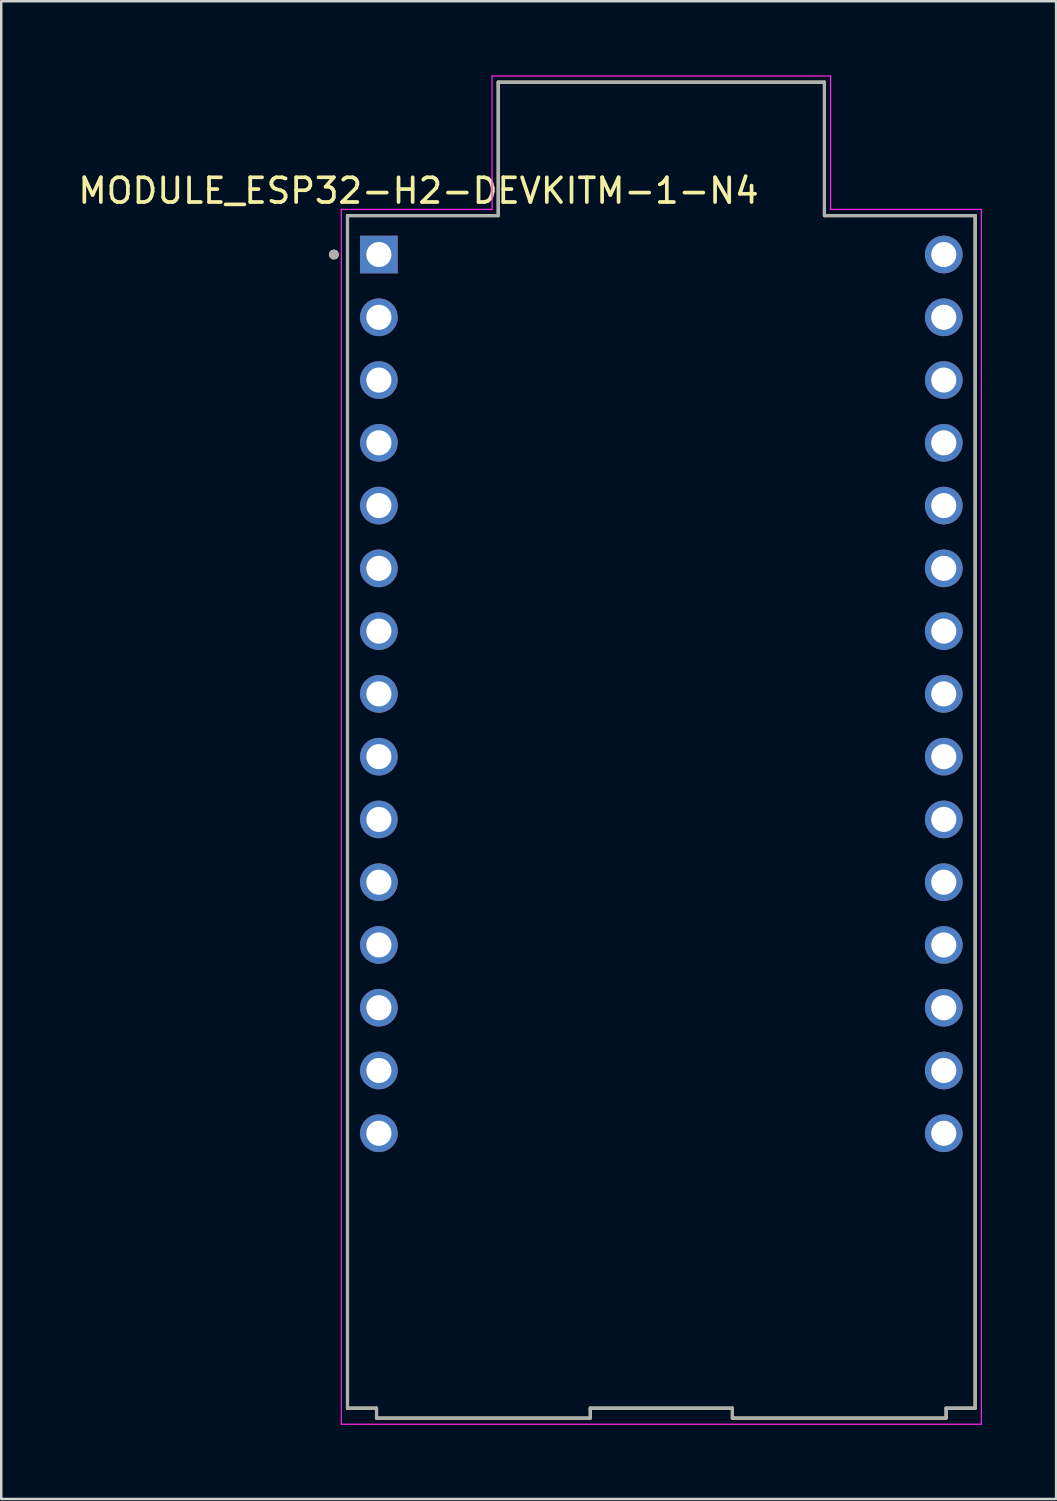
<source format=kicad_pcb>
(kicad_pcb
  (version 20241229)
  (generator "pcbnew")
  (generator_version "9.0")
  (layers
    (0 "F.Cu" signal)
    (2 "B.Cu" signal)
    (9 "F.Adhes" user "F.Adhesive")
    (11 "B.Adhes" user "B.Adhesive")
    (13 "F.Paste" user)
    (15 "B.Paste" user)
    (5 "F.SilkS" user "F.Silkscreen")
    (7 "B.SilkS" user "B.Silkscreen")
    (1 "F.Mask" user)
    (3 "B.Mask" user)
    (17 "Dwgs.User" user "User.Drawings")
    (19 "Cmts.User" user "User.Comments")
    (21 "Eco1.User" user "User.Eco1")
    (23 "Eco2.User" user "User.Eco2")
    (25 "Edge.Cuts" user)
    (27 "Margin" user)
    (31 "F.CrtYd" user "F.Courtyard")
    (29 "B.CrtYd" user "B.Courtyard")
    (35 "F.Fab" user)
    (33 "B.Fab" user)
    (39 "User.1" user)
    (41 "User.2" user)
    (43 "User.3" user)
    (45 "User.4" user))
  (footprint "MODULE_ESP32-H2-DEVKITM-1-N4"
    (layer "F.Cu")
    (at 23.712 29.805)
    (property "Reference" "MODULE_ESP32-H2-DEVKITM-1-N4" (at -9.825 -25.135 0) (layer "F.SilkS") (effects (font (size 1 1) (thickness 0.15))))
    (attr through_hole)
    (fp_line (start -12.7 -24.13) (end -6.6 -24.13) (stroke (width 0.127) (type solid)) (layer "F.SilkS"))
    (fp_line (start -12.7 24.13) (end -12.7 -24.13) (stroke (width 0.127) (type solid)) (layer "F.SilkS"))
    (fp_line (start -11.525 24.13) (end -12.7 24.13) (stroke (width 0.127) (type solid)) (layer "F.SilkS"))
    (fp_line (start -11.525 24.13) (end -11.525 24.53) (stroke (width 0.127) (type solid)) (layer "F.SilkS"))
    (fp_line (start -11.525 24.53) (end -2.875 24.53) (stroke (width 0.127) (type solid)) (layer "F.SilkS"))
    (fp_line (start -6.6 -29.53) (end 6.6 -29.53) (stroke (width 0.127) (type solid)) (layer "F.SilkS"))
    (fp_line (start -6.6 -24.13) (end -6.6 -29.53) (stroke (width 0.127) (type solid)) (layer "F.SilkS"))
    (fp_line (start -2.875 24.53) (end -2.875 24.13) (stroke (width 0.127) (type solid)) (layer "F.SilkS"))
    (fp_line (start 2.875 24.13) (end -2.875 24.13) (stroke (width 0.127) (type solid)) (layer "F.SilkS"))
    (fp_line (start 2.875 24.13) (end 2.875 24.53) (stroke (width 0.127) (type solid)) (layer "F.SilkS"))
    (fp_line (start 2.875 24.53) (end 11.525 24.53) (stroke (width 0.127) (type solid)) (layer "F.SilkS"))
    (fp_line (start 6.6 -29.53) (end 6.6 -24.13) (stroke (width 0.127) (type solid)) (layer "F.SilkS"))
    (fp_line (start 6.6 -24.13) (end 12.7 -24.13) (stroke (width 0.127) (type solid)) (layer "F.SilkS"))
    (fp_line (start 11.525 24.53) (end 11.525 24.13) (stroke (width 0.127) (type solid)) (layer "F.SilkS"))
    (fp_line (start 12.7 -24.13) (end 12.7 24.13) (stroke (width 0.127) (type solid)) (layer "F.SilkS"))
    (fp_line (start 12.7 24.13) (end 11.525 24.13) (stroke (width 0.127) (type solid)) (layer "F.SilkS"))
    (fp_circle (center -13.25 -22.555) (end -13.15 -22.555) (stroke (width 0.2) (type solid)) (fill no) (layer "F.SilkS"))
    (fp_line (start -12.95 -24.38) (end -6.85 -24.38) (stroke (width 0.05) (type solid)) (layer "F.CrtYd"))
    (fp_line (start -12.95 24.78) (end -12.95 -24.38) (stroke (width 0.05) (type solid)) (layer "F.CrtYd"))
    (fp_line (start -6.85 -29.78) (end 6.85 -29.78) (stroke (width 0.05) (type solid)) (layer "F.CrtYd"))
    (fp_line (start -6.85 -24.38) (end -6.85 -29.78) (stroke (width 0.05) (type solid)) (layer "F.CrtYd"))
    (fp_line (start 6.85 -29.78) (end 6.85 -24.38) (stroke (width 0.05) (type solid)) (layer "F.CrtYd"))
    (fp_line (start 6.85 -24.38) (end 12.95 -24.38) (stroke (width 0.05) (type solid)) (layer "F.CrtYd"))
    (fp_line (start 12.95 -24.38) (end 12.95 24.78) (stroke (width 0.05) (type solid)) (layer "F.CrtYd"))
    (fp_line (start 12.95 24.78) (end -12.95 24.78) (stroke (width 0.05) (type solid)) (layer "F.CrtYd"))
    (fp_line (start -12.7 -24.13) (end -6.6 -24.13) (stroke (width 0.127) (type solid)) (layer "F.Fab"))
    (fp_line (start -12.7 24.13) (end -12.7 -24.13) (stroke (width 0.127) (type solid)) (layer "F.Fab"))
    (fp_line (start -11.525 24.13) (end -12.7 24.13) (stroke (width 0.127) (type solid)) (layer "F.Fab"))
    (fp_line (start -11.525 24.13) (end -11.525 24.53) (stroke (width 0.127) (type solid)) (layer "F.Fab"))
    (fp_line (start -11.525 24.53) (end -2.875 24.53) (stroke (width 0.127) (type solid)) (layer "F.Fab"))
    (fp_line (start -6.6 -29.53) (end 6.6 -29.53) (stroke (width 0.127) (type solid)) (layer "F.Fab"))
    (fp_line (start -6.6 -24.13) (end -6.6 -29.53) (stroke (width 0.127) (type solid)) (layer "F.Fab"))
    (fp_line (start -2.875 24.53) (end -2.875 24.13) (stroke (width 0.127) (type solid)) (layer "F.Fab"))
    (fp_line (start 2.875 24.13) (end -2.875 24.13) (stroke (width 0.127) (type solid)) (layer "F.Fab"))
    (fp_line (start 2.875 24.13) (end 2.875 24.53) (stroke (width 0.127) (type solid)) (layer "F.Fab"))
    (fp_line (start 2.875 24.53) (end 11.525 24.53) (stroke (width 0.127) (type solid)) (layer "F.Fab"))
    (fp_line (start 6.6 -29.53) (end 6.6 -24.13) (stroke (width 0.127) (type solid)) (layer "F.Fab"))
    (fp_line (start 6.6 -24.13) (end 12.7 -24.13) (stroke (width 0.127) (type solid)) (layer "F.Fab"))
    (fp_line (start 11.525 24.53) (end 11.525 24.13) (stroke (width 0.127) (type solid)) (layer "F.Fab"))
    (fp_line (start 12.7 -24.13) (end 12.7 24.13) (stroke (width 0.127) (type solid)) (layer "F.Fab"))
    (fp_line (start 12.7 24.13) (end 11.525 24.13) (stroke (width 0.127) (type solid)) (layer "F.Fab"))
    (fp_circle (center -13.25 -22.555) (end -13.15 -22.555) (stroke (width 0.2) (type solid)) (fill no) (layer "F.Fab"))
    (pad "J1_1" thru_hole rect (at -11.43 -22.555) (size 1.524 1.524) (drill 1.016) (layers "*.Cu" "*.Mask"))
    (pad "J1_2" thru_hole circle (at -11.43 -20.015) (size 1.524 1.524) (drill 1.016) (layers "*.Cu" "*.Mask"))
    (pad "J1_3" thru_hole circle (at -11.43 -17.475) (size 1.524 1.524) (drill 1.016) (layers "*.Cu" "*.Mask"))
    (pad "J1_4" thru_hole circle (at -11.43 -14.935) (size 1.524 1.524) (drill 1.016) (layers "*.Cu" "*.Mask"))
    (pad "J1_5" thru_hole circle (at -11.43 -12.395) (size 1.524 1.524) (drill 1.016) (layers "*.Cu" "*.Mask"))
    (pad "J1_6" thru_hole circle (at -11.43 -9.855) (size 1.524 1.524) (drill 1.016) (layers "*.Cu" "*.Mask"))
    (pad "J1_7" thru_hole circle (at -11.43 -7.315) (size 1.524 1.524) (drill 1.016) (layers "*.Cu" "*.Mask"))
    (pad "J1_8" thru_hole circle (at -11.43 -4.775) (size 1.524 1.524) (drill 1.016) (layers "*.Cu" "*.Mask"))
    (pad "J1_9" thru_hole circle (at -11.43 -2.235) (size 1.524 1.524) (drill 1.016) (layers "*.Cu" "*.Mask"))
    (pad "J1_10" thru_hole circle (at -11.43 0.305) (size 1.524 1.524) (drill 1.016) (layers "*.Cu" "*.Mask"))
    (pad "J1_11" thru_hole circle (at -11.43 2.845) (size 1.524 1.524) (drill 1.016) (layers "*.Cu" "*.Mask"))
    (pad "J1_12" thru_hole circle (at -11.43 5.385) (size 1.524 1.524) (drill 1.016) (layers "*.Cu" "*.Mask"))
    (pad "J1_13" thru_hole circle (at -11.43 7.925) (size 1.524 1.524) (drill 1.016) (layers "*.Cu" "*.Mask"))
    (pad "J1_14" thru_hole circle (at -11.43 10.465) (size 1.524 1.524) (drill 1.016) (layers "*.Cu" "*.Mask"))
    (pad "J1_15" thru_hole circle (at -11.43 13.005) (size 1.524 1.524) (drill 1.016) (layers "*.Cu" "*.Mask"))
    (pad "J3_1" thru_hole circle (at 11.43 -22.555) (size 1.524 1.524) (drill 1.016) (layers "*.Cu" "*.Mask"))
    (pad "J3_2" thru_hole circle (at 11.43 -20.015) (size 1.524 1.524) (drill 1.016) (layers "*.Cu" "*.Mask"))
    (pad "J3_3" thru_hole circle (at 11.43 -17.475) (size 1.524 1.524) (drill 1.016) (layers "*.Cu" "*.Mask"))
    (pad "J3_4" thru_hole circle (at 11.43 -14.935) (size 1.524 1.524) (drill 1.016) (layers "*.Cu" "*.Mask"))
    (pad "J3_5" thru_hole circle (at 11.43 -12.395) (size 1.524 1.524) (drill 1.016) (layers "*.Cu" "*.Mask"))
    (pad "J3_6" thru_hole circle (at 11.43 -9.855) (size 1.524 1.524) (drill 1.016) (layers "*.Cu" "*.Mask"))
    (pad "J3_7" thru_hole circle (at 11.43 -7.315) (size 1.524 1.524) (drill 1.016) (layers "*.Cu" "*.Mask"))
    (pad "J3_8" thru_hole circle (at 11.43 -4.775) (size 1.524 1.524) (drill 1.016) (layers "*.Cu" "*.Mask"))
    (pad "J3_9" thru_hole circle (at 11.43 -2.235) (size 1.524 1.524) (drill 1.016) (layers "*.Cu" "*.Mask"))
    (pad "J3_10" thru_hole circle (at 11.43 0.305) (size 1.524 1.524) (drill 1.016) (layers "*.Cu" "*.Mask"))
    (pad "J3_11" thru_hole circle (at 11.43 2.845) (size 1.524 1.524) (drill 1.016) (layers "*.Cu" "*.Mask"))
    (pad "J3_12" thru_hole circle (at 11.43 5.385) (size 1.524 1.524) (drill 1.016) (layers "*.Cu" "*.Mask"))
    (pad "J3_13" thru_hole circle (at 11.43 7.925) (size 1.524 1.524) (drill 1.016) (layers "*.Cu" "*.Mask"))
    (pad "J3_14" thru_hole circle (at 11.43 10.465) (size 1.524 1.524) (drill 1.016) (layers "*.Cu" "*.Mask"))
    (pad "J3_15" thru_hole circle (at 11.43 13.005) (size 1.524 1.524) (drill 1.016) (layers "*.Cu" "*.Mask")))
  (gr_rect
    (start -3 -3)
    (end 39.687 57.61)
    (stroke (width 0.1) (type default))
    (fill no)
    (layer "Edge.Cuts")))
</source>
